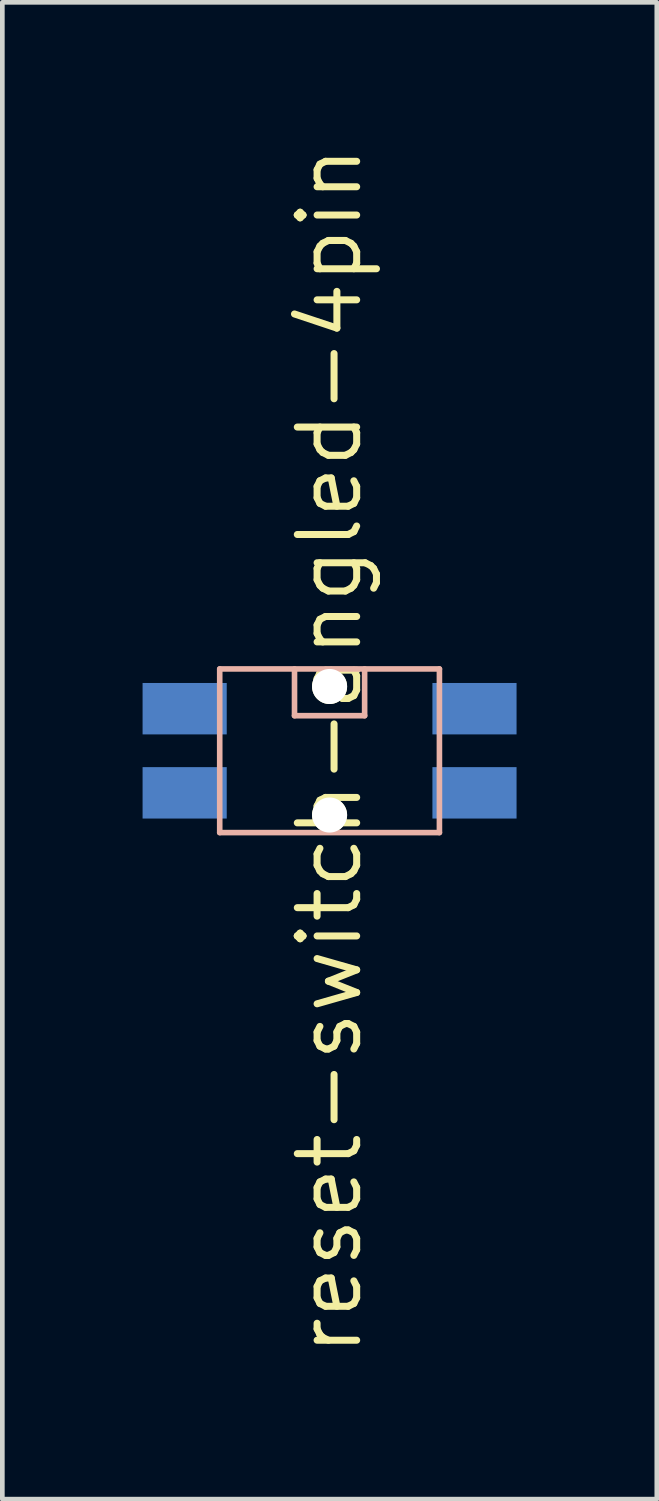
<source format=kicad_pcb>
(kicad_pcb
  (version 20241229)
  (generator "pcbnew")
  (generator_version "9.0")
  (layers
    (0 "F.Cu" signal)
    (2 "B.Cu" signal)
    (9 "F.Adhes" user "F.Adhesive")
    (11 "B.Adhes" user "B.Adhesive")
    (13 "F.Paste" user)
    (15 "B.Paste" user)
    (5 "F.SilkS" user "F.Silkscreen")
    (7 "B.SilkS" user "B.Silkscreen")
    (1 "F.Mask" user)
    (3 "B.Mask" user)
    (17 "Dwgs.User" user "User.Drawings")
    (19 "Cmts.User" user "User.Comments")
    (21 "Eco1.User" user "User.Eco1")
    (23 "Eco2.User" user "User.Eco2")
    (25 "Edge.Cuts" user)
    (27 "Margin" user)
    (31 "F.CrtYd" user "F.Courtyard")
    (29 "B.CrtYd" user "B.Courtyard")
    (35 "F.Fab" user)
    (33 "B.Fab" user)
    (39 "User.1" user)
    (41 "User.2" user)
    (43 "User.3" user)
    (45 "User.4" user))
  (footprint "reset-switch-angled-4pin"
    (layer "F.Cu")
    (at 4 13.01)
    (property "Reference" "reset-switch-angled-4pin" (at 0 0 270) (layer "F.SilkS") (effects (font (size 1.27 1.27) (thickness 0.15))))
    (attr through_hole)
    (fp_line (start -2.35 -1.75) (end -2.35 1.75) (stroke (width 0.12) (type solid)) (layer "B.SilkS"))
    (fp_line (start -2.35 -1.75) (end 2.35 -1.75) (stroke (width 0.12) (type solid)) (layer "B.SilkS"))
    (fp_line (start -2.35 1.75) (end 2.35 1.75) (stroke (width 0.12) (type solid)) (layer "B.SilkS"))
    (fp_line (start -0.75 -1.75) (end -0.75 -0.75) (stroke (width 0.12) (type solid)) (layer "B.SilkS"))
    (fp_line (start 0.75 -1.75) (end 0.75 -0.75) (stroke (width 0.12) (type solid)) (layer "B.SilkS"))
    (fp_line (start 0.75 -0.75) (end -0.75 -0.75) (stroke (width 0.12) (type solid)) (layer "B.SilkS"))
    (fp_line (start 2.35 -1.75) (end 2.35 1.75) (stroke (width 0.12) (type solid)) (layer "B.SilkS"))
    (pad "" np_thru_hole circle (at 0 -1.375) (size 0.75 0.75) (drill 0.75) (layers "*.Cu" "*.Mask" "F.SilkS"))
    (pad "" np_thru_hole circle (at 0 1.375) (size 0.75 0.75) (drill 0.75) (layers "*.Cu" "*.Mask" "F.SilkS"))
    (pad "1" smd rect (at -3.1 -0.9) (size 1.8 1.1) (layers "B.Cu" "B.Mask" "B.Paste"))
    (pad "1" smd rect (at 3.1 -0.9) (size 1.8 1.1) (layers "B.Cu" "B.Mask" "B.Paste"))
    (pad "2" smd rect (at -3.1 0.9) (size 1.8 1.1) (layers "B.Cu" "B.Mask" "B.Paste"))
    (pad "2" smd rect (at 3.1 0.9) (size 1.8 1.1) (layers "B.Cu" "B.Mask" "B.Paste")))
  (gr_rect
    (start -3 -3)
    (end 11 29.019)
    (stroke (width 0.1) (type default))
    (fill no)
    (layer "Edge.Cuts")))
</source>
